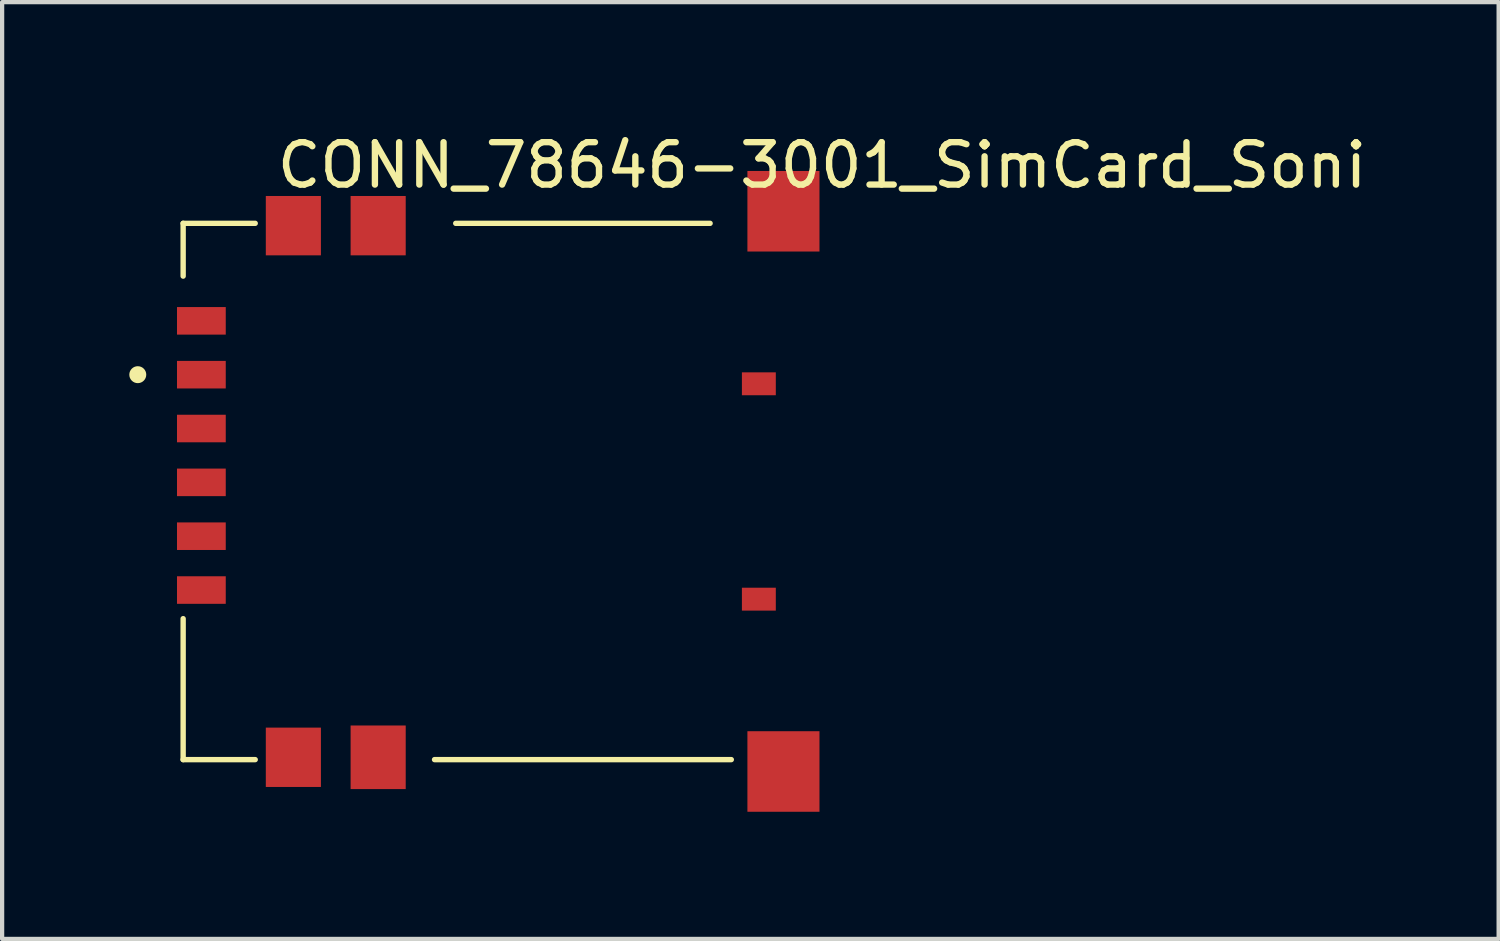
<source format=kicad_pcb>
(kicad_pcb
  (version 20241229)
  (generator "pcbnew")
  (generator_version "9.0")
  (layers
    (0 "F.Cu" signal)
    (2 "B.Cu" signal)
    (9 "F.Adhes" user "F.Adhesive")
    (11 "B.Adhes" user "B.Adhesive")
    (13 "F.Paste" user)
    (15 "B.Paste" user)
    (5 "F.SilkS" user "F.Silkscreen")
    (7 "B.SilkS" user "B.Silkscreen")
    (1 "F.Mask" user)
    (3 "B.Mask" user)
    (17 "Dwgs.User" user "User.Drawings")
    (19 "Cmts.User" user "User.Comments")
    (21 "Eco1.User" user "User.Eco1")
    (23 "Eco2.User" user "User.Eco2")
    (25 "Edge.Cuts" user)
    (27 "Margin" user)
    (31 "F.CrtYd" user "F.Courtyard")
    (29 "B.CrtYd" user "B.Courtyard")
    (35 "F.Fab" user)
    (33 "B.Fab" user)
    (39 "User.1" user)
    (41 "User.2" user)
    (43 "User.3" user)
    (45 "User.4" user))
  (footprint "CONN_78646-3001_SimCard_Soni"
    (layer "F.Cu")
    (at 8.96 8.433)
    (property "Reference" "CONN_78646-3001_SimCard_Soni" (at 7.381 -7.584 180) (layer "F.SilkS") (effects (font (size 1 1) (thickness 0.15))))
    (attr smd)
    (fp_line (start -7.69 -6.215) (end -7.69 -4.97) (stroke (width 0.127) (type solid)) (layer "F.SilkS"))
    (fp_line (start -7.69 -6.215) (end -5.99 -6.215) (stroke (width 0.127) (type solid)) (layer "F.SilkS"))
    (fp_line (start -7.69 3.11) (end -7.69 6.435) (stroke (width 0.127) (type solid)) (layer "F.SilkS"))
    (fp_line (start -7.69 6.435) (end -5.99 6.435) (stroke (width 0.127) (type solid)) (layer "F.SilkS"))
    (fp_line (start -1.76 6.435) (end 5.24 6.435) (stroke (width 0.127) (type solid)) (layer "F.SilkS"))
    (fp_line (start -1.26 -6.215) (end 4.74 -6.215) (stroke (width 0.127) (type solid)) (layer "F.SilkS"))
    (fp_circle (center -8.76 -2.645) (end -8.66 -2.645) (stroke (width 0.2) (type solid)) (fill no) (layer "F.SilkS"))
    (fp_line (start -8.085 -6.94) (end 7.99 -6.94) (stroke (width 0.05) (type solid)) (layer "Eco1.User"))
    (fp_line (start -8.085 7.17) (end -8.085 -6.94) (stroke (width 0.05) (type solid)) (layer "Eco1.User"))
    (fp_line (start 7.99 -6.94) (end 7.99 7.17) (stroke (width 0.05) (type solid)) (layer "Eco1.User"))
    (fp_line (start 7.99 7.17) (end -8.085 7.17) (stroke (width 0.05) (type solid)) (layer "Eco1.User"))
    (fp_line (start -7.69 -6.215) (end -7.69 6.435) (stroke (width 0.127) (type solid)) (layer "Eco2.User"))
    (fp_line (start 7.76 -6.215) (end -7.69 -6.215) (stroke (width 0.127) (type solid)) (layer "Eco2.User"))
    (fp_line (start 7.76 -6.215) (end 7.76 6.435) (stroke (width 0.127) (type solid)) (layer "Eco2.User"))
    (fp_line (start 7.76 6.435) (end -7.69 6.435) (stroke (width 0.127) (type solid)) (layer "Eco2.User"))
    (pad "C1" smd rect (at -7.26 -2.645) (size 1.15 0.65) (layers "F.Cu" "F.Mask" "F.Paste"))
    (pad "C2" smd rect (at -7.26 -0.105) (size 1.15 0.65) (layers "F.Cu" "F.Mask" "F.Paste"))
    (pad "C3" smd rect (at -7.26 2.435) (size 1.15 0.65) (layers "F.Cu" "F.Mask" "F.Paste"))
    (pad "C5" smd rect (at -7.26 -3.915) (size 1.15 0.65) (layers "F.Cu" "F.Mask" "F.Paste"))
    (pad "C6" smd rect (at -7.26 -1.375) (size 1.15 0.65) (layers "F.Cu" "F.Mask" "F.Paste"))
    (pad "C7" smd rect (at -7.26 1.165) (size 1.15 0.65) (layers "F.Cu" "F.Mask" "F.Paste"))
    (pad "G1" smd rect (at -5.09 -6.16) (size 1.3 1.4) (layers "F.Cu" "F.Mask" "F.Paste"))
    (pad "G2" smd rect (at -3.09 -6.16) (size 1.3 1.4) (layers "F.Cu" "F.Mask" "F.Paste"))
    (pad "G3" smd rect (at -5.09 6.38) (size 1.3 1.4) (layers "F.Cu" "F.Mask" "F.Paste"))
    (pad "G4" smd rect (at -3.09 6.38) (size 1.3 1.5) (layers "F.Cu" "F.Mask" "F.Paste"))
    (pad "G5" smd rect (at 6.47 6.715) (size 1.7 1.9) (layers "F.Cu" "F.Mask" "F.Paste"))
    (pad "G6" smd rect (at 6.47 -6.5) (size 1.7 1.9) (layers "F.Cu" "F.Mask" "F.Paste"))
    (pad "X1" smd rect (at 5.89 -2.43) (size 0.8 0.54) (layers "F.Cu" "F.Mask" "F.Paste"))
    (pad "X2" smd rect (at 5.89 2.65) (size 0.8 0.54) (layers "F.Cu" "F.Mask" "F.Paste")))
  (gr_rect
    (start -3 -3)
    (end 32.3 19.098)
    (stroke (width 0.1) (type default))
    (fill no)
    (layer "Edge.Cuts")))
</source>
